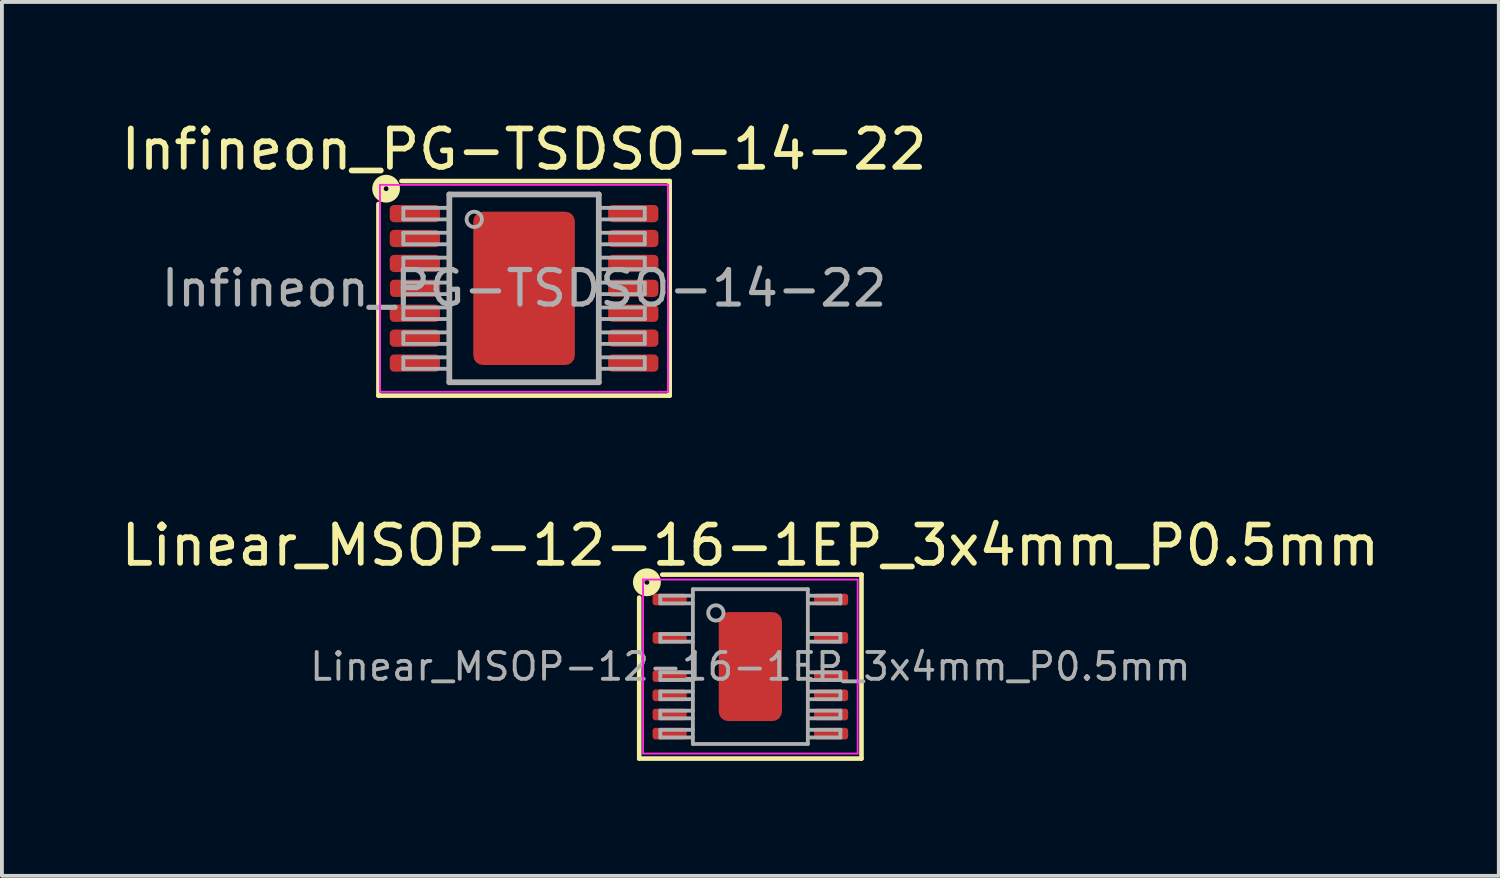
<source format=kicad_pcb>
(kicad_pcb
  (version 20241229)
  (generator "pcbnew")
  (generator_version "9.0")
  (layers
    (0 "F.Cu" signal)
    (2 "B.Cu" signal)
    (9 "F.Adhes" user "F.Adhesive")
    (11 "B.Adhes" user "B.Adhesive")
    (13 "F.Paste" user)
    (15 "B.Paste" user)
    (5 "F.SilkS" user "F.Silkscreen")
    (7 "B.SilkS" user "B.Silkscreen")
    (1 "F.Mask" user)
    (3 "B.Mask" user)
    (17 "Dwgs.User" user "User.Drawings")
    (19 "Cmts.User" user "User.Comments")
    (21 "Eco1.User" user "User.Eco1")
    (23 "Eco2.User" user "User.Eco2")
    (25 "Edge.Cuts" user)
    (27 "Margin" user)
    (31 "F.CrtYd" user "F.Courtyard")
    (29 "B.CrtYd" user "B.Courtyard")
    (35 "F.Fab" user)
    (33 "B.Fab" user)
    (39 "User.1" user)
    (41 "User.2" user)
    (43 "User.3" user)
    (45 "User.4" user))
  (footprint "Infineon_PG-TSDSO-14-22"
    (layer "F.Cu")
    (at 10.625 4.474)
    (property "Reference" "Infineon_PG-TSDSO-14-22" (at 0 -3.626 0) (layer "F.SilkS") (effects (font (size 1 1) (thickness 0.15))))
    (attr smd)
    (fp_line (start -3.8 2.8) (end -3.8 -2.2) (stroke (width 0.12) (type solid)) (layer "F.SilkS"))
    (fp_line (start -3.2 -2.8) (end 3.8 -2.8) (stroke (width 0.12) (type solid)) (layer "F.SilkS"))
    (fp_line (start 3.8 -2.8) (end 3.8 2.8) (stroke (width 0.12) (type solid)) (layer "F.SilkS"))
    (fp_line (start 3.8 2.8) (end -3.8 2.8) (stroke (width 0.12) (type solid)) (layer "F.SilkS"))
    (fp_circle (center -3.6 -2.6) (end -3.537 -2.6) (stroke (width 0.3) (type solid)) (fill no) (layer "F.SilkS"))
    (fp_line (start -3.76 -2.7) (end -3.76 2.7) (stroke (width 0.05) (type solid)) (layer "F.CrtYd"))
    (fp_line (start -3.76 -2.7) (end 3.76 -2.7) (stroke (width 0.05) (type solid)) (layer "F.CrtYd"))
    (fp_line (start -3.76 2.7) (end 3.76 2.7) (stroke (width 0.05) (type solid)) (layer "F.CrtYd"))
    (fp_line (start 3.76 -2.7) (end 3.76 2.7) (stroke (width 0.05) (type solid)) (layer "F.CrtYd"))
    (fp_line (start -3.15 -2.1) (end -3.15 -1.8) (stroke (width 0.1) (type solid)) (layer "F.Fab"))
    (fp_line (start -3.15 -2.1) (end -1.95 -2.1) (stroke (width 0.1) (type solid)) (layer "F.Fab"))
    (fp_line (start -3.15 -1.8) (end -1.95 -1.8) (stroke (width 0.1) (type solid)) (layer "F.Fab"))
    (fp_line (start -3.15 -1.45) (end -3.15 -1.15) (stroke (width 0.1) (type solid)) (layer "F.Fab"))
    (fp_line (start -3.15 -1.45) (end -1.95 -1.45) (stroke (width 0.1) (type solid)) (layer "F.Fab"))
    (fp_line (start -3.15 -1.15) (end -1.95 -1.15) (stroke (width 0.1) (type solid)) (layer "F.Fab"))
    (fp_line (start -3.15 -0.8) (end -3.15 -0.5) (stroke (width 0.1) (type solid)) (layer "F.Fab"))
    (fp_line (start -3.15 -0.8) (end -1.95 -0.8) (stroke (width 0.1) (type solid)) (layer "F.Fab"))
    (fp_line (start -3.15 -0.5) (end -1.95 -0.5) (stroke (width 0.1) (type solid)) (layer "F.Fab"))
    (fp_line (start -3.15 -0.15) (end -3.15 0.15) (stroke (width 0.1) (type solid)) (layer "F.Fab"))
    (fp_line (start -3.15 -0.15) (end -1.95 -0.15) (stroke (width 0.1) (type solid)) (layer "F.Fab"))
    (fp_line (start -3.15 0.15) (end -1.95 0.15) (stroke (width 0.1) (type solid)) (layer "F.Fab"))
    (fp_line (start -3.15 0.5) (end -3.15 0.8) (stroke (width 0.1) (type solid)) (layer "F.Fab"))
    (fp_line (start -3.15 0.5) (end -1.95 0.5) (stroke (width 0.1) (type solid)) (layer "F.Fab"))
    (fp_line (start -3.15 0.8) (end -1.95 0.8) (stroke (width 0.1) (type solid)) (layer "F.Fab"))
    (fp_line (start -3.15 1.15) (end -3.15 1.45) (stroke (width 0.1) (type solid)) (layer "F.Fab"))
    (fp_line (start -3.15 1.15) (end -1.95 1.15) (stroke (width 0.1) (type solid)) (layer "F.Fab"))
    (fp_line (start -3.15 1.45) (end -1.95 1.45) (stroke (width 0.1) (type solid)) (layer "F.Fab"))
    (fp_line (start -3.15 1.8) (end -3.15 2.1) (stroke (width 0.1) (type solid)) (layer "F.Fab"))
    (fp_line (start -3.15 1.8) (end -1.95 1.8) (stroke (width 0.1) (type solid)) (layer "F.Fab"))
    (fp_line (start -3.15 2.1) (end -1.95 2.1) (stroke (width 0.1) (type solid)) (layer "F.Fab"))
    (fp_line (start -1.95 -2.45) (end 1.95 -2.45) (stroke (width 0.15) (type solid)) (layer "F.Fab"))
    (fp_line (start -1.95 2.45) (end -1.95 -2.45) (stroke (width 0.15) (type solid)) (layer "F.Fab"))
    (fp_line (start 1.95 -2.45) (end 1.95 2.45) (stroke (width 0.15) (type solid)) (layer "F.Fab"))
    (fp_line (start 1.95 2.45) (end -1.95 2.45) (stroke (width 0.15) (type solid)) (layer "F.Fab"))
    (fp_line (start 3.15 -2.1) (end 1.95 -2.1) (stroke (width 0.1) (type solid)) (layer "F.Fab"))
    (fp_line (start 3.15 -1.8) (end 1.95 -1.8) (stroke (width 0.1) (type solid)) (layer "F.Fab"))
    (fp_line (start 3.15 -1.8) (end 3.15 -2.1) (stroke (width 0.1) (type solid)) (layer "F.Fab"))
    (fp_line (start 3.15 -1.45) (end 1.95 -1.45) (stroke (width 0.1) (type solid)) (layer "F.Fab"))
    (fp_line (start 3.15 -1.15) (end 1.95 -1.15) (stroke (width 0.1) (type solid)) (layer "F.Fab"))
    (fp_line (start 3.15 -1.15) (end 3.15 -1.45) (stroke (width 0.1) (type solid)) (layer "F.Fab"))
    (fp_line (start 3.15 -0.8) (end 1.95 -0.8) (stroke (width 0.1) (type solid)) (layer "F.Fab"))
    (fp_line (start 3.15 -0.5) (end 1.95 -0.5) (stroke (width 0.1) (type solid)) (layer "F.Fab"))
    (fp_line (start 3.15 -0.5) (end 3.15 -0.8) (stroke (width 0.1) (type solid)) (layer "F.Fab"))
    (fp_line (start 3.15 -0.15) (end 1.95 -0.15) (stroke (width 0.1) (type solid)) (layer "F.Fab"))
    (fp_line (start 3.15 0.15) (end 1.95 0.15) (stroke (width 0.1) (type solid)) (layer "F.Fab"))
    (fp_line (start 3.15 0.15) (end 3.15 -0.15) (stroke (width 0.1) (type solid)) (layer "F.Fab"))
    (fp_line (start 3.15 0.5) (end 1.95 0.5) (stroke (width 0.1) (type solid)) (layer "F.Fab"))
    (fp_line (start 3.15 0.8) (end 1.95 0.8) (stroke (width 0.1) (type solid)) (layer "F.Fab"))
    (fp_line (start 3.15 0.8) (end 3.15 0.5) (stroke (width 0.1) (type solid)) (layer "F.Fab"))
    (fp_line (start 3.15 1.15) (end 1.95 1.15) (stroke (width 0.1) (type solid)) (layer "F.Fab"))
    (fp_line (start 3.15 1.45) (end 1.95 1.45) (stroke (width 0.1) (type solid)) (layer "F.Fab"))
    (fp_line (start 3.15 1.45) (end 3.15 1.15) (stroke (width 0.1) (type solid)) (layer "F.Fab"))
    (fp_line (start 3.15 1.8) (end 1.95 1.8) (stroke (width 0.1) (type solid)) (layer "F.Fab"))
    (fp_line (start 3.15 2.1) (end 1.95 2.1) (stroke (width 0.1) (type solid)) (layer "F.Fab"))
    (fp_line (start 3.15 2.1) (end 3.15 1.8) (stroke (width 0.1) (type solid)) (layer "F.Fab"))
    (fp_circle (center -1.3 -1.8) (end -1.1 -1.8) (stroke (width 0.1) (type solid)) (fill no) (layer "F.Fab"))
    (fp_text user "${REFERENCE}" (at 0 0 0) (layer "F.Fab") (effects (font (size 0.9 0.9) (thickness 0.135))))
    (pad "" smd roundrect (at 0 -1.075) (size 2.5 1.7) (layers "F.Paste") (roundrect_rratio 0.147))
    (pad "" smd roundrect (at 0 1.075) (size 2.5 1.7) (layers "F.Paste") (roundrect_rratio 0.147))
    (pad "1" smd roundrect (at -2.85 -1.95) (size 1.31 0.45) (layers "F.Cu" "F.Mask" "F.Paste") (roundrect_rratio 0.25))
    (pad "2" smd roundrect (at -2.85 -1.3) (size 1.31 0.45) (layers "F.Cu" "F.Mask" "F.Paste") (roundrect_rratio 0.25))
    (pad "3" smd roundrect (at -2.85 -0.65) (size 1.31 0.45) (layers "F.Cu" "F.Mask" "F.Paste") (roundrect_rratio 0.25))
    (pad "4" smd roundrect (at -2.845 0) (size 1.31 0.45) (layers "F.Cu" "F.Mask" "F.Paste") (roundrect_rratio 0.25))
    (pad "5" smd roundrect (at -2.85 0.65) (size 1.31 0.45) (layers "F.Cu" "F.Mask" "F.Paste") (roundrect_rratio 0.25))
    (pad "6" smd roundrect (at -2.85 1.3) (size 1.31 0.45) (layers "F.Cu" "F.Mask" "F.Paste") (roundrect_rratio 0.25))
    (pad "7" smd roundrect (at -2.85 1.95) (size 1.31 0.45) (layers "F.Cu" "F.Mask" "F.Paste") (roundrect_rratio 0.25))
    (pad "8" smd roundrect (at 2.85 1.95) (size 1.31 0.45) (layers "F.Cu" "F.Mask" "F.Paste") (roundrect_rratio 0.25))
    (pad "9" smd roundrect (at 2.85 1.3) (size 1.31 0.45) (layers "F.Cu" "F.Mask" "F.Paste") (roundrect_rratio 0.25))
    (pad "10" smd roundrect (at 2.85 0.65) (size 1.31 0.45) (layers "F.Cu" "F.Mask" "F.Paste") (roundrect_rratio 0.25))
    (pad "11" smd roundrect (at 2.85 0) (size 1.31 0.45) (layers "F.Cu" "F.Mask" "F.Paste") (roundrect_rratio 0.25))
    (pad "12" smd roundrect (at 2.85 -0.65) (size 1.31 0.45) (layers "F.Cu" "F.Mask" "F.Paste") (roundrect_rratio 0.25))
    (pad "13" smd roundrect (at 2.85 -1.3) (size 1.31 0.45) (layers "F.Cu" "F.Mask" "F.Paste") (roundrect_rratio 0.25))
    (pad "14" smd roundrect (at 2.85 -1.95) (size 1.31 0.45) (layers "F.Cu" "F.Mask" "F.Paste") (roundrect_rratio 0.25))
    (pad "15" smd roundrect (at 0 0) (size 2.65 4) (layers "F.Cu" "F.Mask") (roundrect_rratio 0.094)))
  (footprint "Linear_MSOP-12-16-1EP_3x4mm_P0.5mm"
    (layer "F.Cu")
    (at 16.53 14.344)
    (property "Reference" "Linear_MSOP-12-16-1EP_3x4mm_P0.5mm" (at 0 -3.162 0) (layer "F.SilkS") (effects (font (size 1 1) (thickness 0.15))))
    (attr smd)
    (fp_line (start -2.9 2.4) (end -2.9 -1.8) (stroke (width 0.12) (type solid)) (layer "F.SilkS"))
    (fp_line (start -2.3 -2.4) (end 2.9 -2.4) (stroke (width 0.12) (type solid)) (layer "F.SilkS"))
    (fp_line (start 2.9 -2.4) (end 2.9 2.4) (stroke (width 0.12) (type solid)) (layer "F.SilkS"))
    (fp_line (start 2.9 2.4) (end -2.9 2.4) (stroke (width 0.12) (type solid)) (layer "F.SilkS"))
    (fp_circle (center -2.7 -2.2) (end -2.636 -2.2) (stroke (width 0.3) (type solid)) (fill no) (layer "F.SilkS"))
    (fp_line (start -2.8 -2.27) (end -2.8 2.27) (stroke (width 0.05) (type solid)) (layer "F.CrtYd"))
    (fp_line (start -2.8 -2.27) (end 2.8 -2.27) (stroke (width 0.05) (type solid)) (layer "F.CrtYd"))
    (fp_line (start -2.8 2.27) (end 2.8 2.27) (stroke (width 0.05) (type solid)) (layer "F.CrtYd"))
    (fp_line (start 2.8 -2.27) (end 2.8 2.27) (stroke (width 0.05) (type solid)) (layer "F.CrtYd"))
    (fp_line (start -2.35 -1.85) (end -2.35 -1.65) (stroke (width 0.1) (type solid)) (layer "F.Fab"))
    (fp_line (start -2.35 -1.85) (end -1.5 -1.85) (stroke (width 0.1) (type solid)) (layer "F.Fab"))
    (fp_line (start -2.35 -1.65) (end -1.5 -1.65) (stroke (width 0.1) (type solid)) (layer "F.Fab"))
    (fp_line (start -2.35 -0.85) (end -2.35 -0.65) (stroke (width 0.1) (type solid)) (layer "F.Fab"))
    (fp_line (start -2.35 -0.85) (end -1.5 -0.85) (stroke (width 0.1) (type solid)) (layer "F.Fab"))
    (fp_line (start -2.35 -0.65) (end -1.5 -0.65) (stroke (width 0.1) (type solid)) (layer "F.Fab"))
    (fp_line (start -2.35 0.15) (end -2.35 0.35) (stroke (width 0.1) (type solid)) (layer "F.Fab"))
    (fp_line (start -2.35 0.15) (end -1.5 0.15) (stroke (width 0.1) (type solid)) (layer "F.Fab"))
    (fp_line (start -2.35 0.35) (end -1.5 0.35) (stroke (width 0.1) (type solid)) (layer "F.Fab"))
    (fp_line (start -2.35 0.65) (end -2.35 0.85) (stroke (width 0.1) (type solid)) (layer "F.Fab"))
    (fp_line (start -2.35 0.65) (end -1.5 0.65) (stroke (width 0.1) (type solid)) (layer "F.Fab"))
    (fp_line (start -2.35 0.85) (end -1.5 0.85) (stroke (width 0.1) (type solid)) (layer "F.Fab"))
    (fp_line (start -2.35 1.15) (end -2.35 1.35) (stroke (width 0.1) (type solid)) (layer "F.Fab"))
    (fp_line (start -2.35 1.15) (end -1.5 1.15) (stroke (width 0.1) (type solid)) (layer "F.Fab"))
    (fp_line (start -2.35 1.35) (end -1.5 1.35) (stroke (width 0.1) (type solid)) (layer "F.Fab"))
    (fp_line (start -2.35 1.65) (end -2.35 1.85) (stroke (width 0.1) (type solid)) (layer "F.Fab"))
    (fp_line (start -2.35 1.65) (end -1.5 1.65) (stroke (width 0.1) (type solid)) (layer "F.Fab"))
    (fp_line (start -2.35 1.85) (end -1.5 1.85) (stroke (width 0.1) (type solid)) (layer "F.Fab"))
    (fp_line (start -1.5 -2.019) (end 1.5 -2.019) (stroke (width 0.1) (type solid)) (layer "F.Fab"))
    (fp_line (start -1.5 2.019) (end -1.5 -2.019) (stroke (width 0.1) (type solid)) (layer "F.Fab"))
    (fp_line (start 1.5 -2.019) (end 1.5 2.019) (stroke (width 0.1) (type solid)) (layer "F.Fab"))
    (fp_line (start 1.5 2.019) (end -1.5 2.019) (stroke (width 0.1) (type solid)) (layer "F.Fab"))
    (fp_line (start 2.35 -1.85) (end 1.5 -1.85) (stroke (width 0.1) (type solid)) (layer "F.Fab"))
    (fp_line (start 2.35 -1.65) (end 1.5 -1.65) (stroke (width 0.1) (type solid)) (layer "F.Fab"))
    (fp_line (start 2.35 -1.65) (end 2.35 -1.85) (stroke (width 0.1) (type solid)) (layer "F.Fab"))
    (fp_line (start 2.35 -0.85) (end 1.5 -0.85) (stroke (width 0.1) (type solid)) (layer "F.Fab"))
    (fp_line (start 2.35 -0.65) (end 1.5 -0.65) (stroke (width 0.1) (type solid)) (layer "F.Fab"))
    (fp_line (start 2.35 -0.65) (end 2.35 -0.85) (stroke (width 0.1) (type solid)) (layer "F.Fab"))
    (fp_line (start 2.35 0.15) (end 1.5 0.15) (stroke (width 0.1) (type solid)) (layer "F.Fab"))
    (fp_line (start 2.35 0.35) (end 1.5 0.35) (stroke (width 0.1) (type solid)) (layer "F.Fab"))
    (fp_line (start 2.35 0.35) (end 2.35 0.15) (stroke (width 0.1) (type solid)) (layer "F.Fab"))
    (fp_line (start 2.35 0.65) (end 1.5 0.65) (stroke (width 0.1) (type solid)) (layer "F.Fab"))
    (fp_line (start 2.35 0.85) (end 1.5 0.85) (stroke (width 0.1) (type solid)) (layer "F.Fab"))
    (fp_line (start 2.35 0.85) (end 2.35 0.65) (stroke (width 0.1) (type solid)) (layer "F.Fab"))
    (fp_line (start 2.35 1.15) (end 1.5 1.15) (stroke (width 0.1) (type solid)) (layer "F.Fab"))
    (fp_line (start 2.35 1.35) (end 1.5 1.35) (stroke (width 0.1) (type solid)) (layer "F.Fab"))
    (fp_line (start 2.35 1.35) (end 2.35 1.15) (stroke (width 0.1) (type solid)) (layer "F.Fab"))
    (fp_line (start 2.35 1.65) (end 1.5 1.65) (stroke (width 0.1) (type solid)) (layer "F.Fab"))
    (fp_line (start 2.35 1.85) (end 1.5 1.85) (stroke (width 0.1) (type solid)) (layer "F.Fab"))
    (fp_line (start 2.35 1.85) (end 2.35 1.65) (stroke (width 0.1) (type solid)) (layer "F.Fab"))
    (fp_circle (center -0.9 -1.4) (end -0.7 -1.4) (stroke (width 0.1) (type solid)) (fill no) (layer "F.Fab"))
    (fp_text user "${REFERENCE}" (at 0 0 0) (layer "F.Fab") (effects (font (size 0.7 0.7) (thickness 0.1))))
    (pad "" smd roundrect (at 0 -0.711) (size 1.4 1.2) (layers "F.Paste") (roundrect_rratio 0.208))
    (pad "" smd roundrect (at 0 0.711) (size 1.4 1.2) (layers "F.Paste") (roundrect_rratio 0.208))
    (pad "1" smd roundrect (at -2.107 -1.75) (size 0.889 0.305) (layers "F.Cu" "F.Mask" "F.Paste") (roundrect_rratio 0.25))
    (pad "3" smd roundrect (at -2.107 -0.75) (size 0.889 0.305) (layers "F.Cu" "F.Mask" "F.Paste") (roundrect_rratio 0.25))
    (pad "5" smd roundrect (at -2.107 0.25) (size 0.889 0.305) (layers "F.Cu" "F.Mask" "F.Paste") (roundrect_rratio 0.25))
    (pad "6" smd roundrect (at -2.107 0.75) (size 0.889 0.305) (layers "F.Cu" "F.Mask" "F.Paste") (roundrect_rratio 0.25))
    (pad "7" smd roundrect (at -2.107 1.25) (size 0.889 0.305) (layers "F.Cu" "F.Mask" "F.Paste") (roundrect_rratio 0.25))
    (pad "8" smd roundrect (at -2.107 1.75) (size 0.889 0.305) (layers "F.Cu" "F.Mask" "F.Paste") (roundrect_rratio 0.25))
    (pad "9" smd roundrect (at 2.107 1.75) (size 0.889 0.305) (layers "F.Cu" "F.Mask" "F.Paste") (roundrect_rratio 0.25))
    (pad "10" smd roundrect (at 2.107 1.25) (size 0.889 0.305) (layers "F.Cu" "F.Mask" "F.Paste") (roundrect_rratio 0.25))
    (pad "11" smd roundrect (at 2.107 0.75) (size 0.889 0.305) (layers "F.Cu" "F.Mask" "F.Paste") (roundrect_rratio 0.25))
    (pad "12" smd roundrect (at 2.107 0.25) (size 0.889 0.305) (layers "F.Cu" "F.Mask" "F.Paste") (roundrect_rratio 0.25))
    (pad "14" smd roundrect (at 2.107 -0.75) (size 0.889 0.305) (layers "F.Cu" "F.Mask" "F.Paste") (roundrect_rratio 0.25))
    (pad "16" smd roundrect (at 2.107 -1.75) (size 0.889 0.305) (layers "F.Cu" "F.Mask" "F.Paste") (roundrect_rratio 0.25))
    (pad "17" smd roundrect (at 0 0) (size 1.651 2.845) (layers "F.Cu" "F.Mask") (roundrect_rratio 0.151)))
  (gr_rect
    (start -3 -3)
    (end 36.06 19.804)
    (stroke (width 0.1) (type default))
    (fill no)
    (layer "Edge.Cuts")))
</source>
